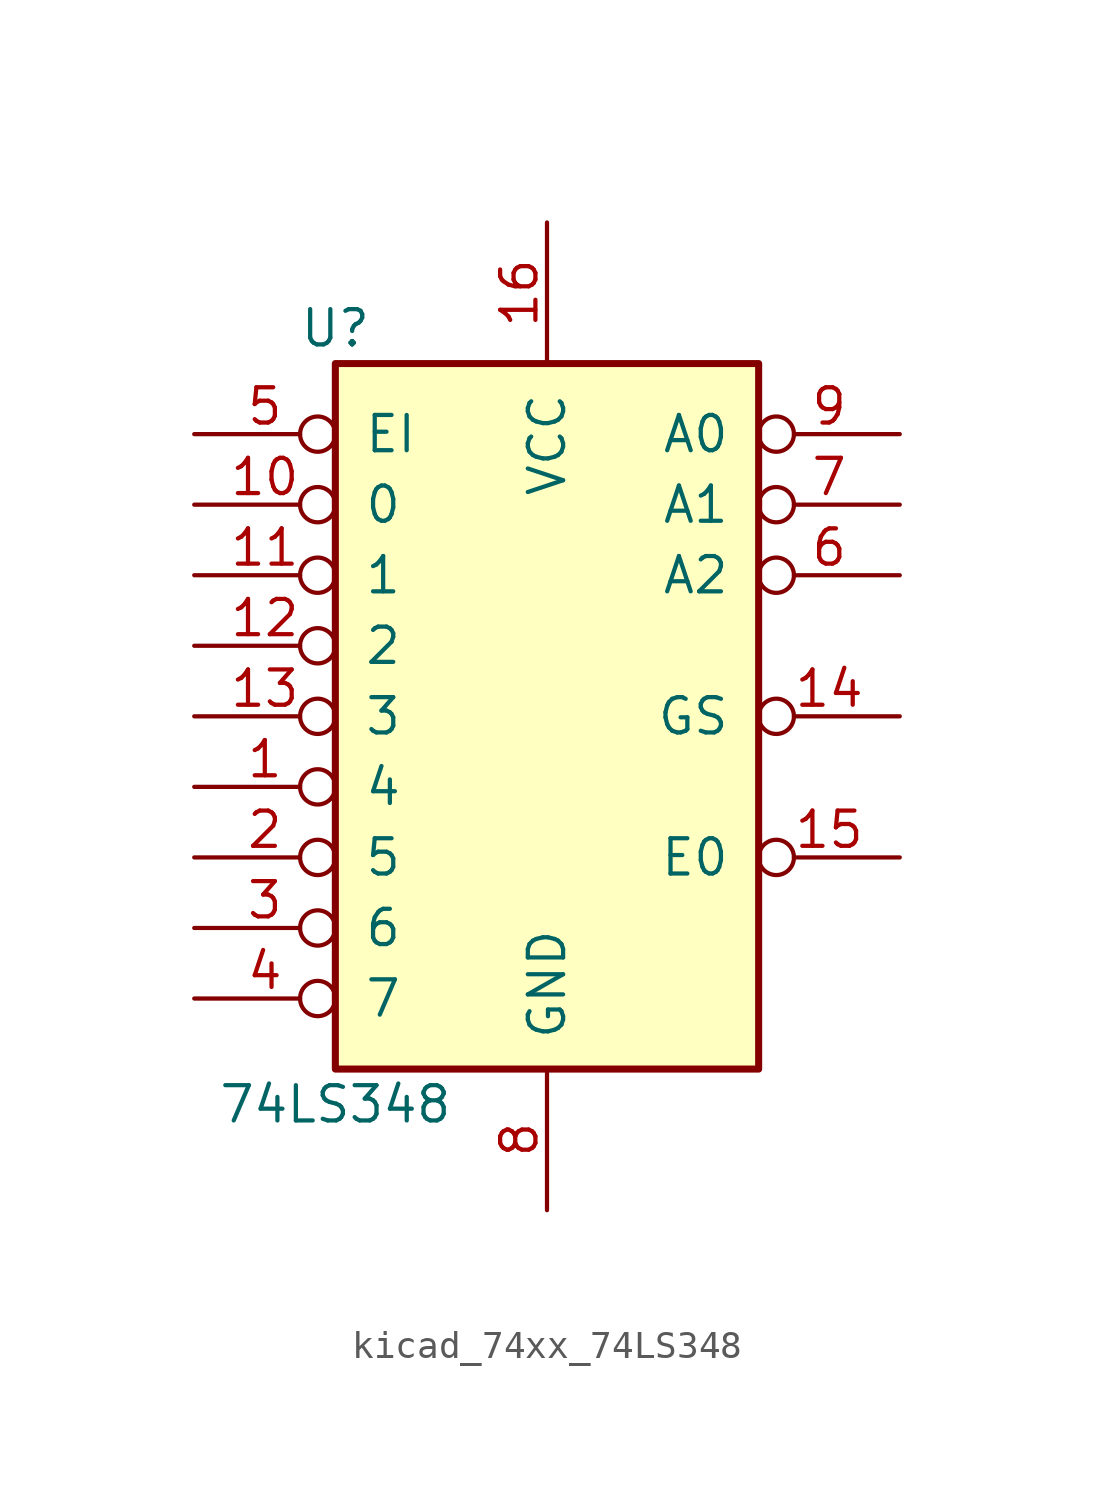
<source format=kicad_sym>
(kicad_symbol_lib
  (version 20220914)
  (generator kicad_symbol_editor)
  (symbol "kicad_74xx_74LS348"
    (pin_names
      (offset 1.016))
    (property "Reference" "U"
      (at -7.62 13.97 0)
      (effects (font (size 1.27 1.27))))
    (property "Value" "74LS348"
      (at -7.62 -13.97 0)
      (effects (font (size 1.27 1.27))))
    (property "ki_locked" ""
      (at 0 0 0)
      (effects (font (size 1.27 1.27))))
    (symbol "kicad_74xx_74LS348_1_0"
      (pin input inverted (at -12.7 -2.54 0) (length 5.08) (name "4" (effects (font (size 1.27 1.27)))) (number "1" (effects (font (size 1.27 1.27)))))
      (pin input inverted (at -12.7 7.62 0) (length 5.08) (name "0" (effects (font (size 1.27 1.27)))) (number "10" (effects (font (size 1.27 1.27)))))
      (pin input inverted (at -12.7 5.08 0) (length 5.08) (name "1" (effects (font (size 1.27 1.27)))) (number "11" (effects (font (size 1.27 1.27)))))
      (pin input inverted (at -12.7 2.54 0) (length 5.08) (name "2" (effects (font (size 1.27 1.27)))) (number "12" (effects (font (size 1.27 1.27)))))
      (pin input inverted (at -12.7 0 0) (length 5.08) (name "3" (effects (font (size 1.27 1.27)))) (number "13" (effects (font (size 1.27 1.27)))))
      (pin output inverted (at 12.7 0 180) (length 5.08) (name "GS" (effects (font (size 1.27 1.27)))) (number "14" (effects (font (size 1.27 1.27)))))
      (pin output inverted (at 12.7 -5.08 180) (length 5.08) (name "E0" (effects (font (size 1.27 1.27)))) (number "15" (effects (font (size 1.27 1.27)))))
      (pin power_in line (at 0 17.78 270) (length 5.08) (name "VCC" (effects (font (size 1.27 1.27)))) (number "16" (effects (font (size 1.27 1.27)))))
      (pin input inverted (at -12.7 -5.08 0) (length 5.08) (name "5" (effects (font (size 1.27 1.27)))) (number "2" (effects (font (size 1.27 1.27)))))
      (pin input inverted (at -12.7 -7.62 0) (length 5.08) (name "6" (effects (font (size 1.27 1.27)))) (number "3" (effects (font (size 1.27 1.27)))))
      (pin input inverted (at -12.7 -10.16 0) (length 5.08) (name "7" (effects (font (size 1.27 1.27)))) (number "4" (effects (font (size 1.27 1.27)))))
      (pin input inverted (at -12.7 10.16 0) (length 5.08) (name "EI" (effects (font (size 1.27 1.27)))) (number "5" (effects (font (size 1.27 1.27)))))
      (pin tri_state inverted (at 12.7 5.08 180) (length 5.08) (name "A2" (effects (font (size 1.27 1.27)))) (number "6" (effects (font (size 1.27 1.27)))))
      (pin tri_state inverted (at 12.7 7.62 180) (length 5.08) (name "A1" (effects (font (size 1.27 1.27)))) (number "7" (effects (font (size 1.27 1.27)))))
      (pin power_in line (at 0 -17.78 90) (length 5.08) (name "GND" (effects (font (size 1.27 1.27)))) (number "8" (effects (font (size 1.27 1.27)))))
      (pin tri_state inverted (at 12.7 10.16 180) (length 5.08) (name "A0" (effects (font (size 1.27 1.27)))) (number "9" (effects (font (size 1.27 1.27))))))
    (symbol "kicad_74xx_74LS348_1_1"
      (rectangle (start -7.62 12.7) (end 7.62 -12.7) (stroke (width 0.254) (type default)) (fill (type background))))))
</source>
